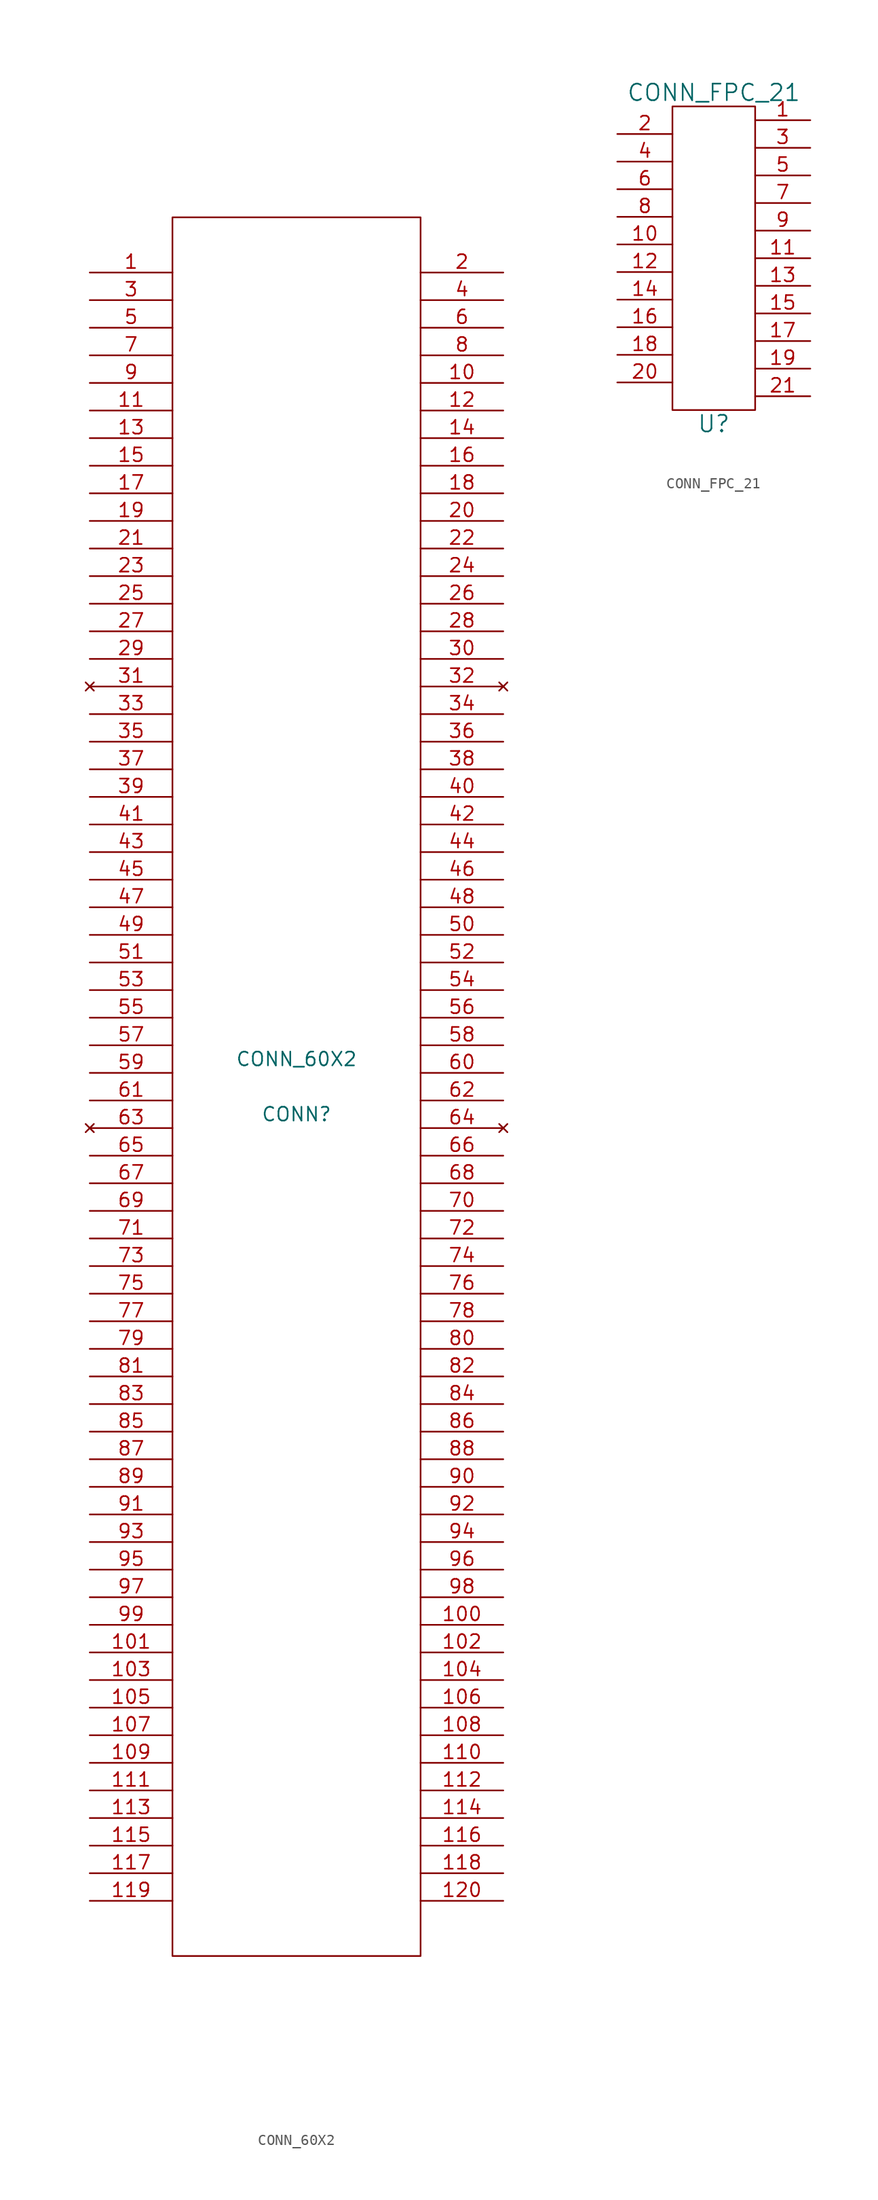
<source format=kicad_sym>
(kicad_symbol_lib
  (version 20211014)
  (generator kicad_symbol_editor)
  (symbol "CONN_60X2"
    (pin_names
      (offset 1.016) hide)
    (property "Reference" "CONN"
      (at 0 -2.54 0)
      (effects (font (size 1.27 1.27))))
    (property "Value" "CONN_60X2"
      (at 0 2.54 0)
      (effects (font (size 1.27 1.27))))
    (symbol "CONN_60X2_1_0"
      (rectangle (start -11.43 -80.01) (end 11.43 80.01) (stroke (width 0) (type default) (color 0 0 0 0)) (fill (type none))))
    (symbol "CONN_60X2_1_1"
      (pin input line (at -19.05 74.93 0) (length 7.62) (name "1" (effects (font (size 1.27 1.27)))) (number "1" (effects (font (size 1.27 1.27)))))
      (pin input line (at 19.05 64.77 180) (length 7.62) (name "10" (effects (font (size 1.27 1.27)))) (number "10" (effects (font (size 1.27 1.27)))))
      (pin input line (at 19.05 -49.53 180) (length 7.62) (name "100" (effects (font (size 1.27 1.27)))) (number "100" (effects (font (size 1.27 1.27)))))
      (pin input line (at -19.05 -52.07 0) (length 7.62) (name "101" (effects (font (size 1.27 1.27)))) (number "101" (effects (font (size 1.27 1.27)))))
      (pin input line (at 19.05 -52.07 180) (length 7.62) (name "102" (effects (font (size 1.27 1.27)))) (number "102" (effects (font (size 1.27 1.27)))))
      (pin input line (at -19.05 -54.61 0) (length 7.62) (name "103" (effects (font (size 1.27 1.27)))) (number "103" (effects (font (size 1.27 1.27)))))
      (pin input line (at 19.05 -54.61 180) (length 7.62) (name "104" (effects (font (size 1.27 1.27)))) (number "104" (effects (font (size 1.27 1.27)))))
      (pin input line (at -19.05 -57.15 0) (length 7.62) (name "105" (effects (font (size 1.27 1.27)))) (number "105" (effects (font (size 1.27 1.27)))))
      (pin input line (at 19.05 -57.15 180) (length 7.62) (name "106" (effects (font (size 1.27 1.27)))) (number "106" (effects (font (size 1.27 1.27)))))
      (pin input line (at -19.05 -59.69 0) (length 7.62) (name "107" (effects (font (size 1.27 1.27)))) (number "107" (effects (font (size 1.27 1.27)))))
      (pin input line (at 19.05 -59.69 180) (length 7.62) (name "108" (effects (font (size 1.27 1.27)))) (number "108" (effects (font (size 1.27 1.27)))))
      (pin input line (at -19.05 -62.23 0) (length 7.62) (name "109" (effects (font (size 1.27 1.27)))) (number "109" (effects (font (size 1.27 1.27)))))
      (pin input line (at -19.05 62.23 0) (length 7.62) (name "11" (effects (font (size 1.27 1.27)))) (number "11" (effects (font (size 1.27 1.27)))))
      (pin input line (at 19.05 -62.23 180) (length 7.62) (name "110" (effects (font (size 1.27 1.27)))) (number "110" (effects (font (size 1.27 1.27)))))
      (pin input line (at -19.05 -64.77 0) (length 7.62) (name "111" (effects (font (size 1.27 1.27)))) (number "111" (effects (font (size 1.27 1.27)))))
      (pin input line (at 19.05 -64.77 180) (length 7.62) (name "112" (effects (font (size 1.27 1.27)))) (number "112" (effects (font (size 1.27 1.27)))))
      (pin input line (at -19.05 -67.31 0) (length 7.62) (name "113" (effects (font (size 1.27 1.27)))) (number "113" (effects (font (size 1.27 1.27)))))
      (pin input line (at 19.05 -67.31 180) (length 7.62) (name "114" (effects (font (size 1.27 1.27)))) (number "114" (effects (font (size 1.27 1.27)))))
      (pin input line (at -19.05 -69.85 0) (length 7.62) (name "115" (effects (font (size 1.27 1.27)))) (number "115" (effects (font (size 1.27 1.27)))))
      (pin input line (at 19.05 -69.85 180) (length 7.62) (name "116" (effects (font (size 1.27 1.27)))) (number "116" (effects (font (size 1.27 1.27)))))
      (pin input line (at -19.05 -72.39 0) (length 7.62) (name "117" (effects (font (size 1.27 1.27)))) (number "117" (effects (font (size 1.27 1.27)))))
      (pin input line (at 19.05 -72.39 180) (length 7.62) (name "118" (effects (font (size 1.27 1.27)))) (number "118" (effects (font (size 1.27 1.27)))))
      (pin input line (at -19.05 -74.93 0) (length 7.62) (name "119" (effects (font (size 1.27 1.27)))) (number "119" (effects (font (size 1.27 1.27)))))
      (pin input line (at 19.05 62.23 180) (length 7.62) (name "12" (effects (font (size 1.27 1.27)))) (number "12" (effects (font (size 1.27 1.27)))))
      (pin input line (at 19.05 -74.93 180) (length 7.62) (name "120" (effects (font (size 1.27 1.27)))) (number "120" (effects (font (size 1.27 1.27)))))
      (pin input line (at -19.05 59.69 0) (length 7.62) (name "13" (effects (font (size 1.27 1.27)))) (number "13" (effects (font (size 1.27 1.27)))))
      (pin input line (at 19.05 59.69 180) (length 7.62) (name "14" (effects (font (size 1.27 1.27)))) (number "14" (effects (font (size 1.27 1.27)))))
      (pin input line (at -19.05 57.15 0) (length 7.62) (name "15" (effects (font (size 1.27 1.27)))) (number "15" (effects (font (size 1.27 1.27)))))
      (pin input line (at 19.05 57.15 180) (length 7.62) (name "16" (effects (font (size 1.27 1.27)))) (number "16" (effects (font (size 1.27 1.27)))))
      (pin input line (at -19.05 54.61 0) (length 7.62) (name "17" (effects (font (size 1.27 1.27)))) (number "17" (effects (font (size 1.27 1.27)))))
      (pin input line (at 19.05 54.61 180) (length 7.62) (name "18" (effects (font (size 1.27 1.27)))) (number "18" (effects (font (size 1.27 1.27)))))
      (pin input line (at -19.05 52.07 0) (length 7.62) (name "19" (effects (font (size 1.27 1.27)))) (number "19" (effects (font (size 1.27 1.27)))))
      (pin input line (at 19.05 74.93 180) (length 7.62) (name "2" (effects (font (size 1.27 1.27)))) (number "2" (effects (font (size 1.27 1.27)))))
      (pin input line (at 19.05 52.07 180) (length 7.62) (name "20" (effects (font (size 1.27 1.27)))) (number "20" (effects (font (size 1.27 1.27)))))
      (pin input line (at -19.05 49.53 0) (length 7.62) (name "21" (effects (font (size 1.27 1.27)))) (number "21" (effects (font (size 1.27 1.27)))))
      (pin input line (at 19.05 49.53 180) (length 7.62) (name "22" (effects (font (size 1.27 1.27)))) (number "22" (effects (font (size 1.27 1.27)))))
      (pin input line (at -19.05 46.99 0) (length 7.62) (name "23" (effects (font (size 1.27 1.27)))) (number "23" (effects (font (size 1.27 1.27)))))
      (pin input line (at 19.05 46.99 180) (length 7.62) (name "24" (effects (font (size 1.27 1.27)))) (number "24" (effects (font (size 1.27 1.27)))))
      (pin input line (at -19.05 44.45 0) (length 7.62) (name "25" (effects (font (size 1.27 1.27)))) (number "25" (effects (font (size 1.27 1.27)))))
      (pin input line (at 19.05 44.45 180) (length 7.62) (name "26" (effects (font (size 1.27 1.27)))) (number "26" (effects (font (size 1.27 1.27)))))
      (pin input line (at -19.05 41.91 0) (length 7.62) (name "27" (effects (font (size 1.27 1.27)))) (number "27" (effects (font (size 1.27 1.27)))))
      (pin input line (at 19.05 41.91 180) (length 7.62) (name "28" (effects (font (size 1.27 1.27)))) (number "28" (effects (font (size 1.27 1.27)))))
      (pin input line (at -19.05 39.37 0) (length 7.62) (name "29" (effects (font (size 1.27 1.27)))) (number "29" (effects (font (size 1.27 1.27)))))
      (pin input line (at -19.05 72.39 0) (length 7.62) (name "3" (effects (font (size 1.27 1.27)))) (number "3" (effects (font (size 1.27 1.27)))))
      (pin input line (at 19.05 39.37 180) (length 7.62) (name "30" (effects (font (size 1.27 1.27)))) (number "30" (effects (font (size 1.27 1.27)))))
      (pin no_connect line (at -19.05 36.83 0) (length 7.62) (name "31" (effects (font (size 1.27 1.27)))) (number "31" (effects (font (size 1.27 1.27)))))
      (pin no_connect line (at 19.05 36.83 180) (length 7.62) (name "32" (effects (font (size 1.27 1.27)))) (number "32" (effects (font (size 1.27 1.27)))))
      (pin input line (at -19.05 34.29 0) (length 7.62) (name "33" (effects (font (size 1.27 1.27)))) (number "33" (effects (font (size 1.27 1.27)))))
      (pin input line (at 19.05 34.29 180) (length 7.62) (name "34" (effects (font (size 1.27 1.27)))) (number "34" (effects (font (size 1.27 1.27)))))
      (pin input line (at -19.05 31.75 0) (length 7.62) (name "35" (effects (font (size 1.27 1.27)))) (number "35" (effects (font (size 1.27 1.27)))))
      (pin input line (at 19.05 31.75 180) (length 7.62) (name "36" (effects (font (size 1.27 1.27)))) (number "36" (effects (font (size 1.27 1.27)))))
      (pin input line (at -19.05 29.21 0) (length 7.62) (name "37" (effects (font (size 1.27 1.27)))) (number "37" (effects (font (size 1.27 1.27)))))
      (pin input line (at 19.05 29.21 180) (length 7.62) (name "38" (effects (font (size 1.27 1.27)))) (number "38" (effects (font (size 1.27 1.27)))))
      (pin input line (at -19.05 26.67 0) (length 7.62) (name "39" (effects (font (size 1.27 1.27)))) (number "39" (effects (font (size 1.27 1.27)))))
      (pin input line (at 19.05 72.39 180) (length 7.62) (name "4" (effects (font (size 1.27 1.27)))) (number "4" (effects (font (size 1.27 1.27)))))
      (pin input line (at 19.05 26.67 180) (length 7.62) (name "40" (effects (font (size 1.27 1.27)))) (number "40" (effects (font (size 1.27 1.27)))))
      (pin input line (at -19.05 24.13 0) (length 7.62) (name "41" (effects (font (size 1.27 1.27)))) (number "41" (effects (font (size 1.27 1.27)))))
      (pin input line (at 19.05 24.13 180) (length 7.62) (name "42" (effects (font (size 1.27 1.27)))) (number "42" (effects (font (size 1.27 1.27)))))
      (pin input line (at -19.05 21.59 0) (length 7.62) (name "43" (effects (font (size 1.27 1.27)))) (number "43" (effects (font (size 1.27 1.27)))))
      (pin input line (at 19.05 21.59 180) (length 7.62) (name "44" (effects (font (size 1.27 1.27)))) (number "44" (effects (font (size 1.27 1.27)))))
      (pin input line (at -19.05 19.05 0) (length 7.62) (name "45" (effects (font (size 1.27 1.27)))) (number "45" (effects (font (size 1.27 1.27)))))
      (pin input line (at 19.05 19.05 180) (length 7.62) (name "46" (effects (font (size 1.27 1.27)))) (number "46" (effects (font (size 1.27 1.27)))))
      (pin input line (at -19.05 16.51 0) (length 7.62) (name "47" (effects (font (size 1.27 1.27)))) (number "47" (effects (font (size 1.27 1.27)))))
      (pin input line (at 19.05 16.51 180) (length 7.62) (name "48" (effects (font (size 1.27 1.27)))) (number "48" (effects (font (size 1.27 1.27)))))
      (pin input line (at -19.05 13.97 0) (length 7.62) (name "49" (effects (font (size 1.27 1.27)))) (number "49" (effects (font (size 1.27 1.27)))))
      (pin input line (at -19.05 69.85 0) (length 7.62) (name "5" (effects (font (size 1.27 1.27)))) (number "5" (effects (font (size 1.27 1.27)))))
      (pin input line (at 19.05 13.97 180) (length 7.62) (name "50" (effects (font (size 1.27 1.27)))) (number "50" (effects (font (size 1.27 1.27)))))
      (pin input line (at -19.05 11.43 0) (length 7.62) (name "51" (effects (font (size 1.27 1.27)))) (number "51" (effects (font (size 1.27 1.27)))))
      (pin input line (at 19.05 11.43 180) (length 7.62) (name "52" (effects (font (size 1.27 1.27)))) (number "52" (effects (font (size 1.27 1.27)))))
      (pin input line (at -19.05 8.89 0) (length 7.62) (name "53" (effects (font (size 1.27 1.27)))) (number "53" (effects (font (size 1.27 1.27)))))
      (pin input line (at 19.05 8.89 180) (length 7.62) (name "54" (effects (font (size 1.27 1.27)))) (number "54" (effects (font (size 1.27 1.27)))))
      (pin input line (at -19.05 6.35 0) (length 7.62) (name "55" (effects (font (size 1.27 1.27)))) (number "55" (effects (font (size 1.27 1.27)))))
      (pin input line (at 19.05 6.35 180) (length 7.62) (name "56" (effects (font (size 1.27 1.27)))) (number "56" (effects (font (size 1.27 1.27)))))
      (pin input line (at -19.05 3.81 0) (length 7.62) (name "57" (effects (font (size 1.27 1.27)))) (number "57" (effects (font (size 1.27 1.27)))))
      (pin input line (at 19.05 3.81 180) (length 7.62) (name "58" (effects (font (size 1.27 1.27)))) (number "58" (effects (font (size 1.27 1.27)))))
      (pin input line (at -19.05 1.27 0) (length 7.62) (name "59" (effects (font (size 1.27 1.27)))) (number "59" (effects (font (size 1.27 1.27)))))
      (pin input line (at 19.05 69.85 180) (length 7.62) (name "6" (effects (font (size 1.27 1.27)))) (number "6" (effects (font (size 1.27 1.27)))))
      (pin input line (at 19.05 1.27 180) (length 7.62) (name "60" (effects (font (size 1.27 1.27)))) (number "60" (effects (font (size 1.27 1.27)))))
      (pin input line (at -19.05 -1.27 0) (length 7.62) (name "61" (effects (font (size 1.27 1.27)))) (number "61" (effects (font (size 1.27 1.27)))))
      (pin input line (at 19.05 -1.27 180) (length 7.62) (name "62" (effects (font (size 1.27 1.27)))) (number "62" (effects (font (size 1.27 1.27)))))
      (pin no_connect line (at -19.05 -3.81 0) (length 7.62) (name "63" (effects (font (size 1.27 1.27)))) (number "63" (effects (font (size 1.27 1.27)))))
      (pin no_connect line (at 19.05 -3.81 180) (length 7.62) (name "64" (effects (font (size 1.27 1.27)))) (number "64" (effects (font (size 1.27 1.27)))))
      (pin input line (at -19.05 -6.35 0) (length 7.62) (name "65" (effects (font (size 1.27 1.27)))) (number "65" (effects (font (size 1.27 1.27)))))
      (pin input line (at 19.05 -6.35 180) (length 7.62) (name "66" (effects (font (size 1.27 1.27)))) (number "66" (effects (font (size 1.27 1.27)))))
      (pin input line (at -19.05 -8.89 0) (length 7.62) (name "67" (effects (font (size 1.27 1.27)))) (number "67" (effects (font (size 1.27 1.27)))))
      (pin input line (at 19.05 -8.89 180) (length 7.62) (name "68" (effects (font (size 1.27 1.27)))) (number "68" (effects (font (size 1.27 1.27)))))
      (pin input line (at -19.05 -11.43 0) (length 7.62) (name "69" (effects (font (size 1.27 1.27)))) (number "69" (effects (font (size 1.27 1.27)))))
      (pin input line (at -19.05 67.31 0) (length 7.62) (name "7" (effects (font (size 1.27 1.27)))) (number "7" (effects (font (size 1.27 1.27)))))
      (pin input line (at 19.05 -11.43 180) (length 7.62) (name "70" (effects (font (size 1.27 1.27)))) (number "70" (effects (font (size 1.27 1.27)))))
      (pin input line (at -19.05 -13.97 0) (length 7.62) (name "71" (effects (font (size 1.27 1.27)))) (number "71" (effects (font (size 1.27 1.27)))))
      (pin input line (at 19.05 -13.97 180) (length 7.62) (name "72" (effects (font (size 1.27 1.27)))) (number "72" (effects (font (size 1.27 1.27)))))
      (pin input line (at -19.05 -16.51 0) (length 7.62) (name "73" (effects (font (size 1.27 1.27)))) (number "73" (effects (font (size 1.27 1.27)))))
      (pin input line (at 19.05 -16.51 180) (length 7.62) (name "74" (effects (font (size 1.27 1.27)))) (number "74" (effects (font (size 1.27 1.27)))))
      (pin input line (at -19.05 -19.05 0) (length 7.62) (name "75" (effects (font (size 1.27 1.27)))) (number "75" (effects (font (size 1.27 1.27)))))
      (pin input line (at 19.05 -19.05 180) (length 7.62) (name "76" (effects (font (size 1.27 1.27)))) (number "76" (effects (font (size 1.27 1.27)))))
      (pin input line (at -19.05 -21.59 0) (length 7.62) (name "77" (effects (font (size 1.27 1.27)))) (number "77" (effects (font (size 1.27 1.27)))))
      (pin input line (at 19.05 -21.59 180) (length 7.62) (name "78" (effects (font (size 1.27 1.27)))) (number "78" (effects (font (size 1.27 1.27)))))
      (pin input line (at -19.05 -24.13 0) (length 7.62) (name "79" (effects (font (size 1.27 1.27)))) (number "79" (effects (font (size 1.27 1.27)))))
      (pin input line (at 19.05 67.31 180) (length 7.62) (name "8" (effects (font (size 1.27 1.27)))) (number "8" (effects (font (size 1.27 1.27)))))
      (pin input line (at 19.05 -24.13 180) (length 7.62) (name "80" (effects (font (size 1.27 1.27)))) (number "80" (effects (font (size 1.27 1.27)))))
      (pin input line (at -19.05 -26.67 0) (length 7.62) (name "81" (effects (font (size 1.27 1.27)))) (number "81" (effects (font (size 1.27 1.27)))))
      (pin input line (at 19.05 -26.67 180) (length 7.62) (name "82" (effects (font (size 1.27 1.27)))) (number "82" (effects (font (size 1.27 1.27)))))
      (pin input line (at -19.05 -29.21 0) (length 7.62) (name "83" (effects (font (size 1.27 1.27)))) (number "83" (effects (font (size 1.27 1.27)))))
      (pin input line (at 19.05 -29.21 180) (length 7.62) (name "84" (effects (font (size 1.27 1.27)))) (number "84" (effects (font (size 1.27 1.27)))))
      (pin input line (at -19.05 -31.75 0) (length 7.62) (name "85" (effects (font (size 1.27 1.27)))) (number "85" (effects (font (size 1.27 1.27)))))
      (pin input line (at 19.05 -31.75 180) (length 7.62) (name "86" (effects (font (size 1.27 1.27)))) (number "86" (effects (font (size 1.27 1.27)))))
      (pin input line (at -19.05 -34.29 0) (length 7.62) (name "87" (effects (font (size 1.27 1.27)))) (number "87" (effects (font (size 1.27 1.27)))))
      (pin input line (at 19.05 -34.29 180) (length 7.62) (name "88" (effects (font (size 1.27 1.27)))) (number "88" (effects (font (size 1.27 1.27)))))
      (pin input line (at -19.05 -36.83 0) (length 7.62) (name "89" (effects (font (size 1.27 1.27)))) (number "89" (effects (font (size 1.27 1.27)))))
      (pin input line (at -19.05 64.77 0) (length 7.62) (name "9" (effects (font (size 1.27 1.27)))) (number "9" (effects (font (size 1.27 1.27)))))
      (pin input line (at 19.05 -36.83 180) (length 7.62) (name "90" (effects (font (size 1.27 1.27)))) (number "90" (effects (font (size 1.27 1.27)))))
      (pin input line (at -19.05 -39.37 0) (length 7.62) (name "91" (effects (font (size 1.27 1.27)))) (number "91" (effects (font (size 1.27 1.27)))))
      (pin input line (at 19.05 -39.37 180) (length 7.62) (name "92" (effects (font (size 1.27 1.27)))) (number "92" (effects (font (size 1.27 1.27)))))
      (pin input line (at -19.05 -41.91 0) (length 7.62) (name "93" (effects (font (size 1.27 1.27)))) (number "93" (effects (font (size 1.27 1.27)))))
      (pin input line (at 19.05 -41.91 180) (length 7.62) (name "94" (effects (font (size 1.27 1.27)))) (number "94" (effects (font (size 1.27 1.27)))))
      (pin input line (at -19.05 -44.45 0) (length 7.62) (name "95" (effects (font (size 1.27 1.27)))) (number "95" (effects (font (size 1.27 1.27)))))
      (pin input line (at 19.05 -44.45 180) (length 7.62) (name "96" (effects (font (size 1.27 1.27)))) (number "96" (effects (font (size 1.27 1.27)))))
      (pin input line (at -19.05 -46.99 0) (length 7.62) (name "97" (effects (font (size 1.27 1.27)))) (number "97" (effects (font (size 1.27 1.27)))))
      (pin input line (at 19.05 -46.99 180) (length 7.62) (name "98" (effects (font (size 1.27 1.27)))) (number "98" (effects (font (size 1.27 1.27)))))
      (pin input line (at -19.05 -49.53 0) (length 7.62) (name "99" (effects (font (size 1.27 1.27)))) (number "99" (effects (font (size 1.27 1.27)))))))
  (symbol "CONN_FPC_21"
    (pin_names
      (offset 1.016))
    (property "Reference" "U"
      (at 0 -15.24 0)
      (effects (font (size 1.524 1.524))))
    (property "Value" "CONN_FPC_21"
      (at 0 15.24 0)
      (effects (font (size 1.524 1.524))))
    (symbol "CONN_FPC_21_0_1"
      (rectangle (start 3.81 -13.97) (end -3.81 13.97) (stroke (width 0) (type default) (color 0 0 0 0)) (fill (type none))))
    (symbol "CONN_FPC_21_1_1"
      (pin input line (at 8.89 12.7 180) (length 5.08) (name "~" (effects (font (size 1.27 1.27)))) (number "1" (effects (font (size 1.27 1.27)))))
      (pin input line (at -8.89 1.27 0) (length 5.08) (name "~" (effects (font (size 1.27 1.27)))) (number "10" (effects (font (size 1.27 1.27)))))
      (pin input line (at 8.89 0 180) (length 5.08) (name "~" (effects (font (size 1.27 1.27)))) (number "11" (effects (font (size 1.27 1.27)))))
      (pin input line (at -8.89 -1.27 0) (length 5.08) (name "~" (effects (font (size 1.27 1.27)))) (number "12" (effects (font (size 1.27 1.27)))))
      (pin input line (at 8.89 -2.54 180) (length 5.08) (name "~" (effects (font (size 1.27 1.27)))) (number "13" (effects (font (size 1.27 1.27)))))
      (pin input line (at -8.89 -3.81 0) (length 5.08) (name "~" (effects (font (size 1.27 1.27)))) (number "14" (effects (font (size 1.27 1.27)))))
      (pin input line (at 8.89 -5.08 180) (length 5.08) (name "~" (effects (font (size 1.27 1.27)))) (number "15" (effects (font (size 1.27 1.27)))))
      (pin input line (at -8.89 -6.35 0) (length 5.08) (name "~" (effects (font (size 1.27 1.27)))) (number "16" (effects (font (size 1.27 1.27)))))
      (pin input line (at 8.89 -7.62 180) (length 5.08) (name "~" (effects (font (size 1.27 1.27)))) (number "17" (effects (font (size 1.27 1.27)))))
      (pin input line (at -8.89 -8.89 0) (length 5.08) (name "~" (effects (font (size 1.27 1.27)))) (number "18" (effects (font (size 1.27 1.27)))))
      (pin input line (at 8.89 -10.16 180) (length 5.08) (name "~" (effects (font (size 1.27 1.27)))) (number "19" (effects (font (size 1.27 1.27)))))
      (pin input line (at -8.89 11.43 0) (length 5.08) (name "~" (effects (font (size 1.27 1.27)))) (number "2" (effects (font (size 1.27 1.27)))))
      (pin input line (at -8.89 -11.43 0) (length 5.08) (name "~" (effects (font (size 1.27 1.27)))) (number "20" (effects (font (size 1.27 1.27)))))
      (pin input line (at 8.89 -12.7 180) (length 5.08) (name "~" (effects (font (size 1.27 1.27)))) (number "21" (effects (font (size 1.27 1.27)))))
      (pin input line (at 8.89 10.16 180) (length 5.08) (name "~" (effects (font (size 1.27 1.27)))) (number "3" (effects (font (size 1.27 1.27)))))
      (pin input line (at -8.89 8.89 0) (length 5.08) (name "~" (effects (font (size 1.27 1.27)))) (number "4" (effects (font (size 1.27 1.27)))))
      (pin input line (at 8.89 7.62 180) (length 5.08) (name "~" (effects (font (size 1.27 1.27)))) (number "5" (effects (font (size 1.27 1.27)))))
      (pin input line (at -8.89 6.35 0) (length 5.08) (name "~" (effects (font (size 1.27 1.27)))) (number "6" (effects (font (size 1.27 1.27)))))
      (pin input line (at 8.89 5.08 180) (length 5.08) (name "~" (effects (font (size 1.27 1.27)))) (number "7" (effects (font (size 1.27 1.27)))))
      (pin input line (at -8.89 3.81 0) (length 5.08) (name "~" (effects (font (size 1.27 1.27)))) (number "8" (effects (font (size 1.27 1.27)))))
      (pin input line (at 8.89 2.54 180) (length 5.08) (name "~" (effects (font (size 1.27 1.27)))) (number "9" (effects (font (size 1.27 1.27))))))))
</source>
